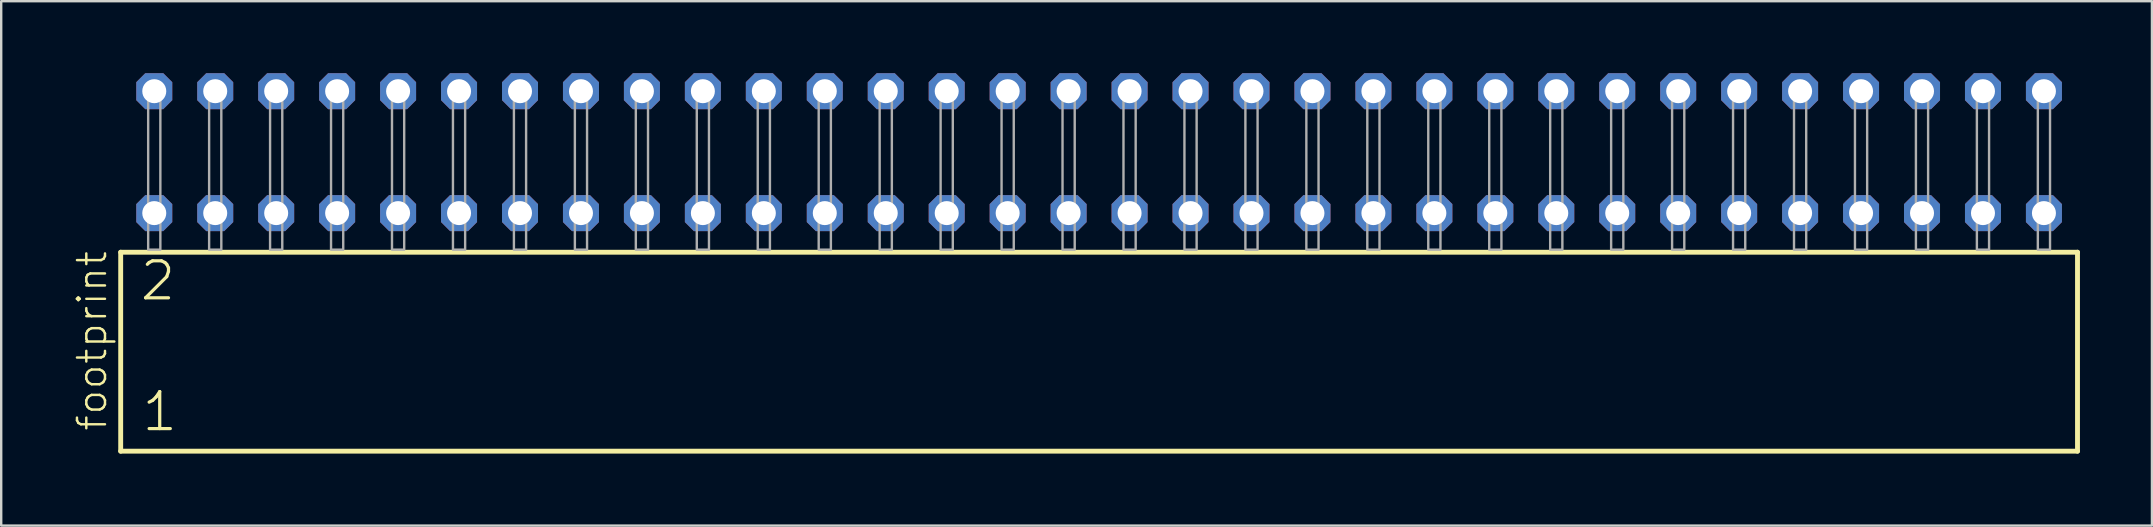
<source format=kicad_pcb>
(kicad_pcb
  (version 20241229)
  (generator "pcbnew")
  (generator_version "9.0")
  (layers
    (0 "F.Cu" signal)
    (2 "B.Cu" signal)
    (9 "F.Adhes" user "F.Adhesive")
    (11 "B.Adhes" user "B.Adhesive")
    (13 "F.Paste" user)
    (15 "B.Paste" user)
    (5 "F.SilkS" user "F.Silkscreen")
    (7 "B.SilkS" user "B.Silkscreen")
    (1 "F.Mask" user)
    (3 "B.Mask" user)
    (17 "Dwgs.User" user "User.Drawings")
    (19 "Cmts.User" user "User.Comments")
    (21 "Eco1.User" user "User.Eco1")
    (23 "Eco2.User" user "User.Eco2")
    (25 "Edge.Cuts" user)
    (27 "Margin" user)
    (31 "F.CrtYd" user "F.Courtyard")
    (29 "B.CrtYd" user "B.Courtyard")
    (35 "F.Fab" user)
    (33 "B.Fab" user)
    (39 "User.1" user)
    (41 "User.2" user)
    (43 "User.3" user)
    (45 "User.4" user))
  (footprint "footprint"
    (layer "F.Cu")
    (at 42.748 7.354)
    (property "Reference" "footprint" (at -41.275 7.62 90) (layer "F.SilkS") (effects (font (size 1.168 1.168) (thickness 0.102)) (justify left bottom)))
    (fp_line (start -40.769 0.106) (end -40.769 8.396) (stroke (width 0.203) (type solid)) (layer "F.SilkS"))
    (fp_line (start -40.769 8.396) (end 40.769 8.396) (stroke (width 0.203) (type solid)) (layer "F.SilkS"))
    (fp_line (start 40.769 0.106) (end -40.769 0.106) (stroke (width 0.203) (type solid)) (layer "F.SilkS"))
    (fp_line (start 40.769 8.396) (end 40.769 0.106) (stroke (width 0.203) (type solid)) (layer "F.SilkS"))
    (fp_poly (pts (xy -39.624 0) (xy -39.116 0) (xy -39.116 -6.858) (xy -39.624 -6.858)) (stroke (width 0.1) (type solid)) (fill no) (layer "F.Fab"))
    (fp_poly (pts (xy -37.084 0) (xy -36.576 0) (xy -36.576 -6.858) (xy -37.084 -6.858)) (stroke (width 0.1) (type solid)) (fill no) (layer "F.Fab"))
    (fp_poly (pts (xy -34.544 0) (xy -34.036 0) (xy -34.036 -6.858) (xy -34.544 -6.858)) (stroke (width 0.1) (type solid)) (fill no) (layer "F.Fab"))
    (fp_poly (pts (xy -32.004 0) (xy -31.496 0) (xy -31.496 -6.858) (xy -32.004 -6.858)) (stroke (width 0.1) (type solid)) (fill no) (layer "F.Fab"))
    (fp_poly (pts (xy -29.464 0) (xy -28.956 0) (xy -28.956 -6.858) (xy -29.464 -6.858)) (stroke (width 0.1) (type solid)) (fill no) (layer "F.Fab"))
    (fp_poly (pts (xy -26.924 0) (xy -26.416 0) (xy -26.416 -6.858) (xy -26.924 -6.858)) (stroke (width 0.1) (type solid)) (fill no) (layer "F.Fab"))
    (fp_poly (pts (xy -24.384 0) (xy -23.876 0) (xy -23.876 -6.858) (xy -24.384 -6.858)) (stroke (width 0.1) (type solid)) (fill no) (layer "F.Fab"))
    (fp_poly (pts (xy -21.844 0) (xy -21.336 0) (xy -21.336 -6.858) (xy -21.844 -6.858)) (stroke (width 0.1) (type solid)) (fill no) (layer "F.Fab"))
    (fp_poly (pts (xy -19.304 0) (xy -18.796 0) (xy -18.796 -6.858) (xy -19.304 -6.858)) (stroke (width 0.1) (type solid)) (fill no) (layer "F.Fab"))
    (fp_poly (pts (xy -16.764 0) (xy -16.256 0) (xy -16.256 -6.858) (xy -16.764 -6.858)) (stroke (width 0.1) (type solid)) (fill no) (layer "F.Fab"))
    (fp_poly (pts (xy -14.224 0) (xy -13.716 0) (xy -13.716 -6.858) (xy -14.224 -6.858)) (stroke (width 0.1) (type solid)) (fill no) (layer "F.Fab"))
    (fp_poly (pts (xy -11.684 0) (xy -11.176 0) (xy -11.176 -6.858) (xy -11.684 -6.858)) (stroke (width 0.1) (type solid)) (fill no) (layer "F.Fab"))
    (fp_poly (pts (xy -9.144 0) (xy -8.636 0) (xy -8.636 -6.858) (xy -9.144 -6.858)) (stroke (width 0.1) (type solid)) (fill no) (layer "F.Fab"))
    (fp_poly (pts (xy -6.604 0) (xy -6.096 0) (xy -6.096 -6.858) (xy -6.604 -6.858)) (stroke (width 0.1) (type solid)) (fill no) (layer "F.Fab"))
    (fp_poly (pts (xy -4.064 0) (xy -3.556 0) (xy -3.556 -6.858) (xy -4.064 -6.858)) (stroke (width 0.1) (type solid)) (fill no) (layer "F.Fab"))
    (fp_poly (pts (xy -1.524 0) (xy -1.016 0) (xy -1.016 -6.858) (xy -1.524 -6.858)) (stroke (width 0.1) (type solid)) (fill no) (layer "F.Fab"))
    (fp_poly (pts (xy 1.016 0) (xy 1.524 0) (xy 1.524 -6.858) (xy 1.016 -6.858)) (stroke (width 0.1) (type solid)) (fill no) (layer "F.Fab"))
    (fp_poly (pts (xy 3.556 0) (xy 4.064 0) (xy 4.064 -6.858) (xy 3.556 -6.858)) (stroke (width 0.1) (type solid)) (fill no) (layer "F.Fab"))
    (fp_poly (pts (xy 6.096 0) (xy 6.604 0) (xy 6.604 -6.858) (xy 6.096 -6.858)) (stroke (width 0.1) (type solid)) (fill no) (layer "F.Fab"))
    (fp_poly (pts (xy 8.636 0) (xy 9.144 0) (xy 9.144 -6.858) (xy 8.636 -6.858)) (stroke (width 0.1) (type solid)) (fill no) (layer "F.Fab"))
    (fp_poly (pts (xy 11.176 0) (xy 11.684 0) (xy 11.684 -6.858) (xy 11.176 -6.858)) (stroke (width 0.1) (type solid)) (fill no) (layer "F.Fab"))
    (fp_poly (pts (xy 13.716 0) (xy 14.224 0) (xy 14.224 -6.858) (xy 13.716 -6.858)) (stroke (width 0.1) (type solid)) (fill no) (layer "F.Fab"))
    (fp_poly (pts (xy 16.256 0) (xy 16.764 0) (xy 16.764 -6.858) (xy 16.256 -6.858)) (stroke (width 0.1) (type solid)) (fill no) (layer "F.Fab"))
    (fp_poly (pts (xy 18.796 0) (xy 19.304 0) (xy 19.304 -6.858) (xy 18.796 -6.858)) (stroke (width 0.1) (type solid)) (fill no) (layer "F.Fab"))
    (fp_poly (pts (xy 21.336 0) (xy 21.844 0) (xy 21.844 -6.858) (xy 21.336 -6.858)) (stroke (width 0.1) (type solid)) (fill no) (layer "F.Fab"))
    (fp_poly (pts (xy 23.876 0) (xy 24.384 0) (xy 24.384 -6.858) (xy 23.876 -6.858)) (stroke (width 0.1) (type solid)) (fill no) (layer "F.Fab"))
    (fp_poly (pts (xy 26.416 0) (xy 26.924 0) (xy 26.924 -6.858) (xy 26.416 -6.858)) (stroke (width 0.1) (type solid)) (fill no) (layer "F.Fab"))
    (fp_poly (pts (xy 28.956 0) (xy 29.464 0) (xy 29.464 -6.858) (xy 28.956 -6.858)) (stroke (width 0.1) (type solid)) (fill no) (layer "F.Fab"))
    (fp_poly (pts (xy 31.496 0) (xy 32.004 0) (xy 32.004 -6.858) (xy 31.496 -6.858)) (stroke (width 0.1) (type solid)) (fill no) (layer "F.Fab"))
    (fp_poly (pts (xy 34.036 0) (xy 34.544 0) (xy 34.544 -6.858) (xy 34.036 -6.858)) (stroke (width 0.1) (type solid)) (fill no) (layer "F.Fab"))
    (fp_poly (pts (xy 36.576 0) (xy 37.084 0) (xy 37.084 -6.858) (xy 36.576 -6.858)) (stroke (width 0.1) (type solid)) (fill no) (layer "F.Fab"))
    (fp_poly (pts (xy 39.116 0) (xy 39.624 0) (xy 39.624 -6.858) (xy 39.116 -6.858)) (stroke (width 0.1) (type solid)) (fill no) (layer "F.Fab"))
    (fp_text user "2" (at -40.04 2.2 0) (layer "F.SilkS") (effects (font (size 1.542 1.542) (thickness 0.134)) (justify left bottom)))
    (fp_text user "1" (at -39.965 7.65 0) (layer "F.SilkS") (effects (font (size 1.542 1.542) (thickness 0.134)) (justify left bottom)))
    (pad "1" thru_hole roundrect (at -39.37 -1.524) (size 1.5 1.5) (drill 1) (layers "*.Cu" "*.Mask") (roundrect_rratio 0.25) (chamfer_ratio 0.25) (chamfer top_left top_right bottom_left bottom_right))
    (pad "2" thru_hole roundrect (at -39.37 -6.604) (size 1.5 1.5) (drill 1) (layers "*.Cu" "*.Mask") (roundrect_rratio 0.25) (chamfer_ratio 0.25) (chamfer top_left top_right bottom_left bottom_right))
    (pad "3" thru_hole roundrect (at -36.83 -1.524) (size 1.5 1.5) (drill 1) (layers "*.Cu" "*.Mask") (roundrect_rratio 0.25) (chamfer_ratio 0.25) (chamfer top_left top_right bottom_left bottom_right))
    (pad "4" thru_hole roundrect (at -36.83 -6.604) (size 1.5 1.5) (drill 1) (layers "*.Cu" "*.Mask") (roundrect_rratio 0.25) (chamfer_ratio 0.25) (chamfer top_left top_right bottom_left bottom_right))
    (pad "5" thru_hole roundrect (at -34.29 -1.524) (size 1.5 1.5) (drill 1) (layers "*.Cu" "*.Mask") (roundrect_rratio 0.25) (chamfer_ratio 0.25) (chamfer top_left top_right bottom_left bottom_right))
    (pad "6" thru_hole roundrect (at -34.29 -6.604) (size 1.5 1.5) (drill 1) (layers "*.Cu" "*.Mask") (roundrect_rratio 0.25) (chamfer_ratio 0.25) (chamfer top_left top_right bottom_left bottom_right))
    (pad "7" thru_hole roundrect (at -31.75 -1.524) (size 1.5 1.5) (drill 1) (layers "*.Cu" "*.Mask") (roundrect_rratio 0.25) (chamfer_ratio 0.25) (chamfer top_left top_right bottom_left bottom_right))
    (pad "8" thru_hole roundrect (at -31.75 -6.604) (size 1.5 1.5) (drill 1) (layers "*.Cu" "*.Mask") (roundrect_rratio 0.25) (chamfer_ratio 0.25) (chamfer top_left top_right bottom_left bottom_right))
    (pad "9" thru_hole roundrect (at -29.21 -1.524) (size 1.5 1.5) (drill 1) (layers "*.Cu" "*.Mask") (roundrect_rratio 0.25) (chamfer_ratio 0.25) (chamfer top_left top_right bottom_left bottom_right))
    (pad "10" thru_hole roundrect (at -29.21 -6.604) (size 1.5 1.5) (drill 1) (layers "*.Cu" "*.Mask") (roundrect_rratio 0.25) (chamfer_ratio 0.25) (chamfer top_left top_right bottom_left bottom_right))
    (pad "11" thru_hole roundrect (at -26.67 -1.524) (size 1.5 1.5) (drill 1) (layers "*.Cu" "*.Mask") (roundrect_rratio 0.25) (chamfer_ratio 0.25) (chamfer top_left top_right bottom_left bottom_right))
    (pad "12" thru_hole roundrect (at -26.67 -6.604) (size 1.5 1.5) (drill 1) (layers "*.Cu" "*.Mask") (roundrect_rratio 0.25) (chamfer_ratio 0.25) (chamfer top_left top_right bottom_left bottom_right))
    (pad "13" thru_hole roundrect (at -24.13 -1.524) (size 1.5 1.5) (drill 1) (layers "*.Cu" "*.Mask") (roundrect_rratio 0.25) (chamfer_ratio 0.25) (chamfer top_left top_right bottom_left bottom_right))
    (pad "14" thru_hole roundrect (at -24.13 -6.604) (size 1.5 1.5) (drill 1) (layers "*.Cu" "*.Mask") (roundrect_rratio 0.25) (chamfer_ratio 0.25) (chamfer top_left top_right bottom_left bottom_right))
    (pad "15" thru_hole roundrect (at -21.59 -1.524) (size 1.5 1.5) (drill 1) (layers "*.Cu" "*.Mask") (roundrect_rratio 0.25) (chamfer_ratio 0.25) (chamfer top_left top_right bottom_left bottom_right))
    (pad "16" thru_hole roundrect (at -21.59 -6.604) (size 1.5 1.5) (drill 1) (layers "*.Cu" "*.Mask") (roundrect_rratio 0.25) (chamfer_ratio 0.25) (chamfer top_left top_right bottom_left bottom_right))
    (pad "17" thru_hole roundrect (at -19.05 -1.524) (size 1.5 1.5) (drill 1) (layers "*.Cu" "*.Mask") (roundrect_rratio 0.25) (chamfer_ratio 0.25) (chamfer top_left top_right bottom_left bottom_right))
    (pad "18" thru_hole roundrect (at -19.05 -6.604) (size 1.5 1.5) (drill 1) (layers "*.Cu" "*.Mask") (roundrect_rratio 0.25) (chamfer_ratio 0.25) (chamfer top_left top_right bottom_left bottom_right))
    (pad "19" thru_hole roundrect (at -16.51 -1.524) (size 1.5 1.5) (drill 1) (layers "*.Cu" "*.Mask") (roundrect_rratio 0.25) (chamfer_ratio 0.25) (chamfer top_left top_right bottom_left bottom_right))
    (pad "20" thru_hole roundrect (at -16.51 -6.604) (size 1.5 1.5) (drill 1) (layers "*.Cu" "*.Mask") (roundrect_rratio 0.25) (chamfer_ratio 0.25) (chamfer top_left top_right bottom_left bottom_right))
    (pad "21" thru_hole roundrect (at -13.97 -1.524) (size 1.5 1.5) (drill 1) (layers "*.Cu" "*.Mask") (roundrect_rratio 0.25) (chamfer_ratio 0.25) (chamfer top_left top_right bottom_left bottom_right))
    (pad "22" thru_hole roundrect (at -13.97 -6.604) (size 1.5 1.5) (drill 1) (layers "*.Cu" "*.Mask") (roundrect_rratio 0.25) (chamfer_ratio 0.25) (chamfer top_left top_right bottom_left bottom_right))
    (pad "23" thru_hole roundrect (at -11.43 -1.524) (size 1.5 1.5) (drill 1) (layers "*.Cu" "*.Mask") (roundrect_rratio 0.25) (chamfer_ratio 0.25) (chamfer top_left top_right bottom_left bottom_right))
    (pad "24" thru_hole roundrect (at -11.43 -6.604) (size 1.5 1.5) (drill 1) (layers "*.Cu" "*.Mask") (roundrect_rratio 0.25) (chamfer_ratio 0.25) (chamfer top_left top_right bottom_left bottom_right))
    (pad "25" thru_hole roundrect (at -8.89 -1.524) (size 1.5 1.5) (drill 1) (layers "*.Cu" "*.Mask") (roundrect_rratio 0.25) (chamfer_ratio 0.25) (chamfer top_left top_right bottom_left bottom_right))
    (pad "26" thru_hole roundrect (at -8.89 -6.604) (size 1.5 1.5) (drill 1) (layers "*.Cu" "*.Mask") (roundrect_rratio 0.25) (chamfer_ratio 0.25) (chamfer top_left top_right bottom_left bottom_right))
    (pad "27" thru_hole roundrect (at -6.35 -1.524) (size 1.5 1.5) (drill 1) (layers "*.Cu" "*.Mask") (roundrect_rratio 0.25) (chamfer_ratio 0.25) (chamfer top_left top_right bottom_left bottom_right))
    (pad "28" thru_hole roundrect (at -6.35 -6.604) (size 1.5 1.5) (drill 1) (layers "*.Cu" "*.Mask") (roundrect_rratio 0.25) (chamfer_ratio 0.25) (chamfer top_left top_right bottom_left bottom_right))
    (pad "29" thru_hole roundrect (at -3.81 -1.524) (size 1.5 1.5) (drill 1) (layers "*.Cu" "*.Mask") (roundrect_rratio 0.25) (chamfer_ratio 0.25) (chamfer top_left top_right bottom_left bottom_right))
    (pad "30" thru_hole roundrect (at -3.81 -6.604) (size 1.5 1.5) (drill 1) (layers "*.Cu" "*.Mask") (roundrect_rratio 0.25) (chamfer_ratio 0.25) (chamfer top_left top_right bottom_left bottom_right))
    (pad "31" thru_hole roundrect (at -1.27 -1.524) (size 1.5 1.5) (drill 1) (layers "*.Cu" "*.Mask") (roundrect_rratio 0.25) (chamfer_ratio 0.25) (chamfer top_left top_right bottom_left bottom_right))
    (pad "32" thru_hole roundrect (at -1.27 -6.604) (size 1.5 1.5) (drill 1) (layers "*.Cu" "*.Mask") (roundrect_rratio 0.25) (chamfer_ratio 0.25) (chamfer top_left top_right bottom_left bottom_right))
    (pad "33" thru_hole roundrect (at 1.27 -1.524) (size 1.5 1.5) (drill 1) (layers "*.Cu" "*.Mask") (roundrect_rratio 0.25) (chamfer_ratio 0.25) (chamfer top_left top_right bottom_left bottom_right))
    (pad "34" thru_hole roundrect (at 1.27 -6.604) (size 1.5 1.5) (drill 1) (layers "*.Cu" "*.Mask") (roundrect_rratio 0.25) (chamfer_ratio 0.25) (chamfer top_left top_right bottom_left bottom_right))
    (pad "35" thru_hole roundrect (at 3.81 -1.524) (size 1.5 1.5) (drill 1) (layers "*.Cu" "*.Mask") (roundrect_rratio 0.25) (chamfer_ratio 0.25) (chamfer top_left top_right bottom_left bottom_right))
    (pad "36" thru_hole roundrect (at 3.81 -6.604) (size 1.5 1.5) (drill 1) (layers "*.Cu" "*.Mask") (roundrect_rratio 0.25) (chamfer_ratio 0.25) (chamfer top_left top_right bottom_left bottom_right))
    (pad "37" thru_hole roundrect (at 6.35 -1.524) (size 1.5 1.5) (drill 1) (layers "*.Cu" "*.Mask") (roundrect_rratio 0.25) (chamfer_ratio 0.25) (chamfer top_left top_right bottom_left bottom_right))
    (pad "38" thru_hole roundrect (at 6.35 -6.604) (size 1.5 1.5) (drill 1) (layers "*.Cu" "*.Mask") (roundrect_rratio 0.25) (chamfer_ratio 0.25) (chamfer top_left top_right bottom_left bottom_right))
    (pad "39" thru_hole roundrect (at 8.89 -1.524) (size 1.5 1.5) (drill 1) (layers "*.Cu" "*.Mask") (roundrect_rratio 0.25) (chamfer_ratio 0.25) (chamfer top_left top_right bottom_left bottom_right))
    (pad "40" thru_hole roundrect (at 8.89 -6.604) (size 1.5 1.5) (drill 1) (layers "*.Cu" "*.Mask") (roundrect_rratio 0.25) (chamfer_ratio 0.25) (chamfer top_left top_right bottom_left bottom_right))
    (pad "41" thru_hole roundrect (at 11.43 -1.524) (size 1.5 1.5) (drill 1) (layers "*.Cu" "*.Mask") (roundrect_rratio 0.25) (chamfer_ratio 0.25) (chamfer top_left top_right bottom_left bottom_right))
    (pad "42" thru_hole roundrect (at 11.43 -6.604) (size 1.5 1.5) (drill 1) (layers "*.Cu" "*.Mask") (roundrect_rratio 0.25) (chamfer_ratio 0.25) (chamfer top_left top_right bottom_left bottom_right))
    (pad "43" thru_hole roundrect (at 13.97 -1.524) (size 1.5 1.5) (drill 1) (layers "*.Cu" "*.Mask") (roundrect_rratio 0.25) (chamfer_ratio 0.25) (chamfer top_left top_right bottom_left bottom_right))
    (pad "44" thru_hole roundrect (at 13.97 -6.604) (size 1.5 1.5) (drill 1) (layers "*.Cu" "*.Mask") (roundrect_rratio 0.25) (chamfer_ratio 0.25) (chamfer top_left top_right bottom_left bottom_right))
    (pad "45" thru_hole roundrect (at 16.51 -1.524) (size 1.5 1.5) (drill 1) (layers "*.Cu" "*.Mask") (roundrect_rratio 0.25) (chamfer_ratio 0.25) (chamfer top_left top_right bottom_left bottom_right))
    (pad "46" thru_hole roundrect (at 16.51 -6.604) (size 1.5 1.5) (drill 1) (layers "*.Cu" "*.Mask") (roundrect_rratio 0.25) (chamfer_ratio 0.25) (chamfer top_left top_right bottom_left bottom_right))
    (pad "47" thru_hole roundrect (at 19.05 -1.524) (size 1.5 1.5) (drill 1) (layers "*.Cu" "*.Mask") (roundrect_rratio 0.25) (chamfer_ratio 0.25) (chamfer top_left top_right bottom_left bottom_right))
    (pad "48" thru_hole roundrect (at 19.05 -6.604) (size 1.5 1.5) (drill 1) (layers "*.Cu" "*.Mask") (roundrect_rratio 0.25) (chamfer_ratio 0.25) (chamfer top_left top_right bottom_left bottom_right))
    (pad "49" thru_hole roundrect (at 21.59 -1.524) (size 1.5 1.5) (drill 1) (layers "*.Cu" "*.Mask") (roundrect_rratio 0.25) (chamfer_ratio 0.25) (chamfer top_left top_right bottom_left bottom_right))
    (pad "50" thru_hole roundrect (at 21.59 -6.604) (size 1.5 1.5) (drill 1) (layers "*.Cu" "*.Mask") (roundrect_rratio 0.25) (chamfer_ratio 0.25) (chamfer top_left top_right bottom_left bottom_right))
    (pad "51" thru_hole roundrect (at 24.13 -1.524) (size 1.5 1.5) (drill 1) (layers "*.Cu" "*.Mask") (roundrect_rratio 0.25) (chamfer_ratio 0.25) (chamfer top_left top_right bottom_left bottom_right))
    (pad "52" thru_hole roundrect (at 24.13 -6.604) (size 1.5 1.5) (drill 1) (layers "*.Cu" "*.Mask") (roundrect_rratio 0.25) (chamfer_ratio 0.25) (chamfer top_left top_right bottom_left bottom_right))
    (pad "53" thru_hole roundrect (at 26.67 -1.524) (size 1.5 1.5) (drill 1) (layers "*.Cu" "*.Mask") (roundrect_rratio 0.25) (chamfer_ratio 0.25) (chamfer top_left top_right bottom_left bottom_right))
    (pad "54" thru_hole roundrect (at 26.67 -6.604) (size 1.5 1.5) (drill 1) (layers "*.Cu" "*.Mask") (roundrect_rratio 0.25) (chamfer_ratio 0.25) (chamfer top_left top_right bottom_left bottom_right))
    (pad "55" thru_hole roundrect (at 29.21 -1.524) (size 1.5 1.5) (drill 1) (layers "*.Cu" "*.Mask") (roundrect_rratio 0.25) (chamfer_ratio 0.25) (chamfer top_left top_right bottom_left bottom_right))
    (pad "56" thru_hole roundrect (at 29.21 -6.604) (size 1.5 1.5) (drill 1) (layers "*.Cu" "*.Mask") (roundrect_rratio 0.25) (chamfer_ratio 0.25) (chamfer top_left top_right bottom_left bottom_right))
    (pad "57" thru_hole roundrect (at 31.75 -1.524) (size 1.5 1.5) (drill 1) (layers "*.Cu" "*.Mask") (roundrect_rratio 0.25) (chamfer_ratio 0.25) (chamfer top_left top_right bottom_left bottom_right))
    (pad "58" thru_hole roundrect (at 31.75 -6.604) (size 1.5 1.5) (drill 1) (layers "*.Cu" "*.Mask") (roundrect_rratio 0.25) (chamfer_ratio 0.25) (chamfer top_left top_right bottom_left bottom_right))
    (pad "59" thru_hole roundrect (at 34.29 -1.524) (size 1.5 1.5) (drill 1) (layers "*.Cu" "*.Mask") (roundrect_rratio 0.25) (chamfer_ratio 0.25) (chamfer top_left top_right bottom_left bottom_right))
    (pad "60" thru_hole roundrect (at 34.29 -6.604) (size 1.5 1.5) (drill 1) (layers "*.Cu" "*.Mask") (roundrect_rratio 0.25) (chamfer_ratio 0.25) (chamfer top_left top_right bottom_left bottom_right))
    (pad "61" thru_hole roundrect (at 36.83 -1.524) (size 1.5 1.5) (drill 1) (layers "*.Cu" "*.Mask") (roundrect_rratio 0.25) (chamfer_ratio 0.25) (chamfer top_left top_right bottom_left bottom_right))
    (pad "62" thru_hole roundrect (at 36.83 -6.604) (size 1.5 1.5) (drill 1) (layers "*.Cu" "*.Mask") (roundrect_rratio 0.25) (chamfer_ratio 0.25) (chamfer top_left top_right bottom_left bottom_right))
    (pad "63" thru_hole roundrect (at 39.37 -1.524) (size 1.5 1.5) (drill 1) (layers "*.Cu" "*.Mask") (roundrect_rratio 0.25) (chamfer_ratio 0.25) (chamfer top_left top_right bottom_left bottom_right))
    (pad "64" thru_hole roundrect (at 39.37 -6.604) (size 1.5 1.5) (drill 1) (layers "*.Cu" "*.Mask") (roundrect_rratio 0.25) (chamfer_ratio 0.25) (chamfer top_left top_right bottom_left bottom_right)))
  (gr_rect
    (start -3 -3)
    (end 86.619 18.852)
    (stroke (width 0.1) (type default))
    (fill no)
    (layer "Edge.Cuts")))
</source>
